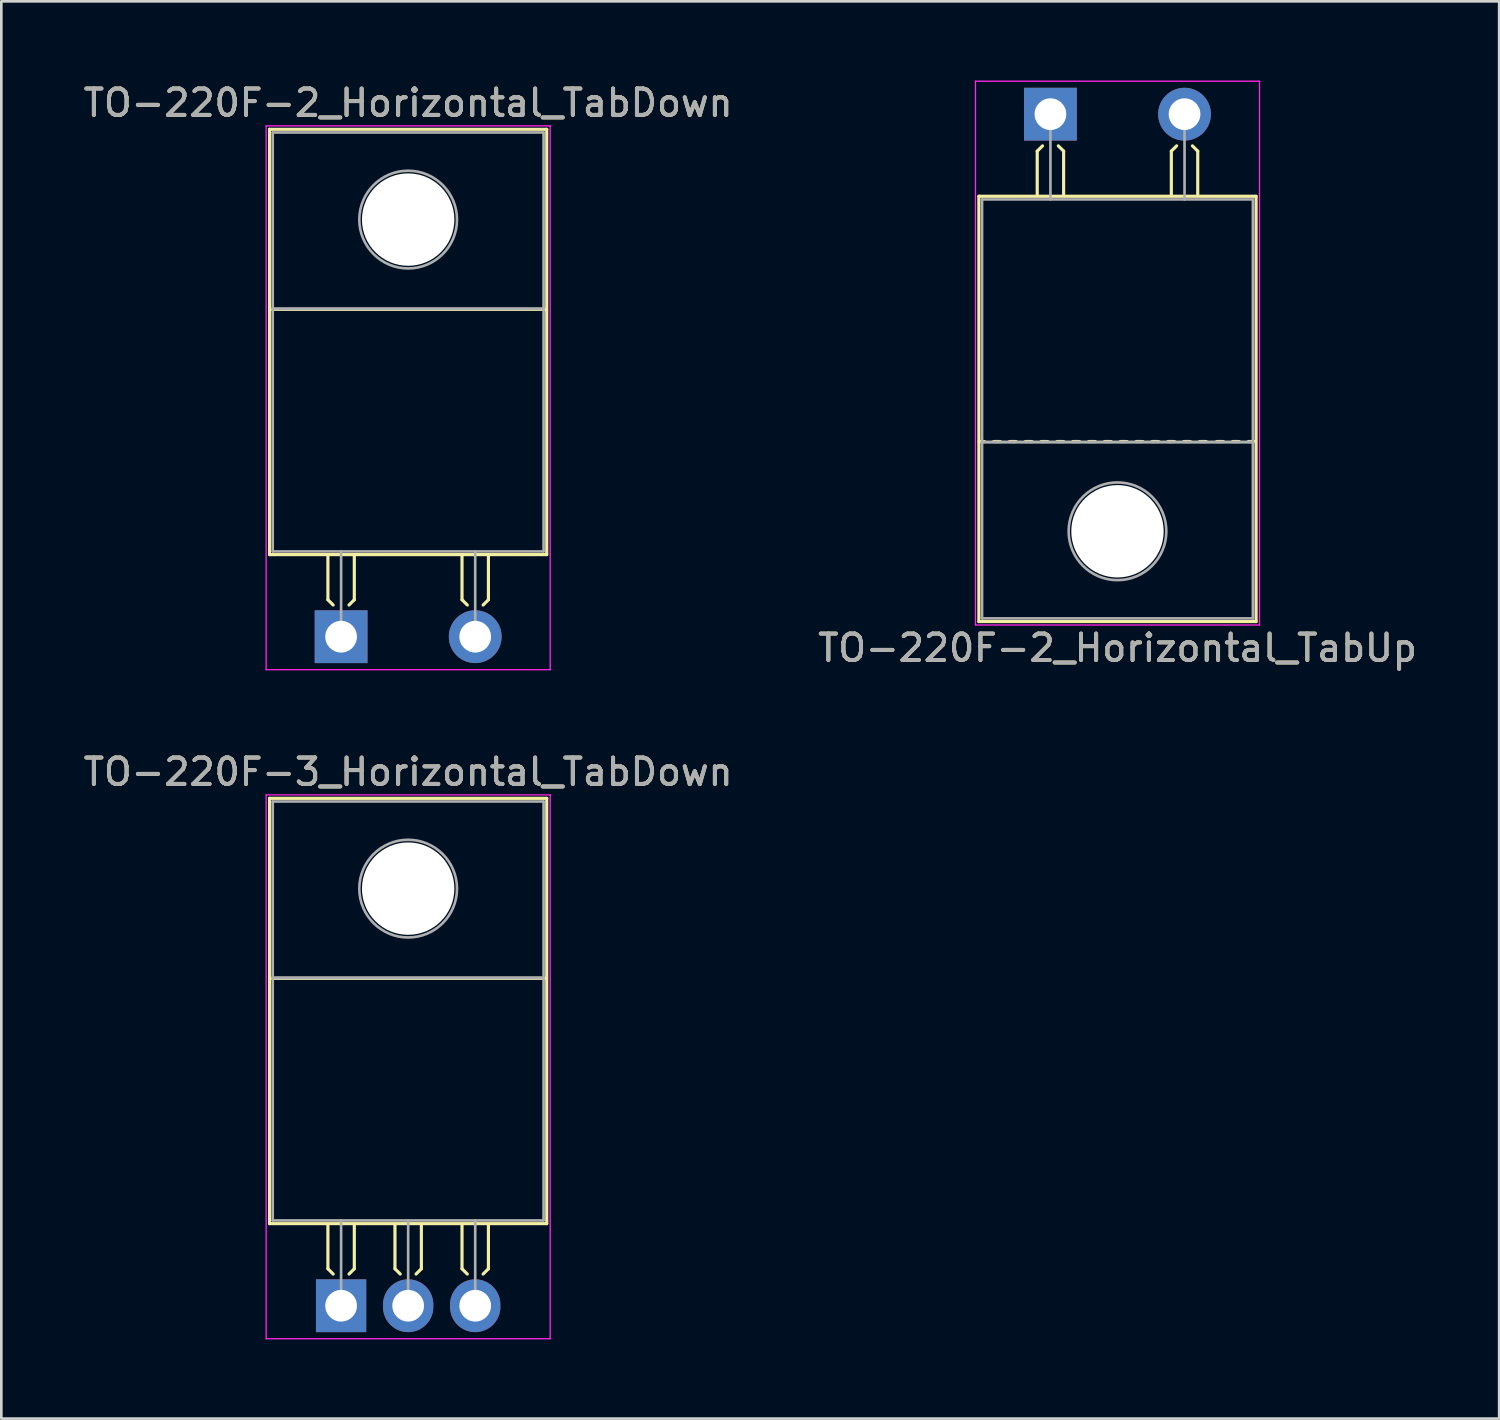
<source format=kicad_pcb>
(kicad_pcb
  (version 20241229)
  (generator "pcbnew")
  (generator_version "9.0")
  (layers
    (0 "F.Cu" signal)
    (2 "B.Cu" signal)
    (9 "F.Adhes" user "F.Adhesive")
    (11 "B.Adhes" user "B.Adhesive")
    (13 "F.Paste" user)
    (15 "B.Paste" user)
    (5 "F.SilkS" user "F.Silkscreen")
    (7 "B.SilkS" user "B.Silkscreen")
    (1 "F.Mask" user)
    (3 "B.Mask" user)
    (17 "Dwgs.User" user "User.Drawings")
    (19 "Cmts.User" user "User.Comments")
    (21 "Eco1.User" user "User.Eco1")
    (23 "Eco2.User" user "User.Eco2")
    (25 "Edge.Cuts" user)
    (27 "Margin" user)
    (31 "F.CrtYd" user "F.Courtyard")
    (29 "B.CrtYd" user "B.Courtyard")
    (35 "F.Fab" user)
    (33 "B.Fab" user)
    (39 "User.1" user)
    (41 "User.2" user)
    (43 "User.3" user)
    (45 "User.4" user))
  (footprint "TO-220F-2_Horizontal_TabDown"
    (layer "F.Cu")
    (at 9.871 21.068)
    (property "Reference" "TO-220F-2_Horizontal_TabDown" (at 2.54 -20.22 0) (layer "F.SilkS") (effects (font (size 1 1) (thickness 0.15))))
    (attr through_hole)
    (fp_line (start -2.71 -19.22) (end -2.71 -3.11) (stroke (width 0.12) (type solid)) (layer "F.SilkS"))
    (fp_line (start -2.71 -19.22) (end 7.79 -19.22) (stroke (width 0.12) (type solid)) (layer "F.SilkS"))
    (fp_line (start -2.71 -3.11) (end 7.79 -3.11) (stroke (width 0.12) (type solid)) (layer "F.SilkS"))
    (fp_line (start -2.7 -12.4) (end 7.75 -12.4) (stroke (width 0.12) (type solid)) (layer "F.SilkS"))
    (fp_line (start -0.5 -3.048) (end -0.5 -1.4) (stroke (width 0.12) (type solid)) (layer "F.SilkS"))
    (fp_line (start -0.5 -1.4) (end -0.3 -1.2) (stroke (width 0.12) (type solid)) (layer "F.SilkS"))
    (fp_line (start 0.5 -3.048) (end 0.5 -1.4) (stroke (width 0.12) (type solid)) (layer "F.SilkS"))
    (fp_line (start 0.5 -1.4) (end 0.3 -1.2) (stroke (width 0.12) (type solid)) (layer "F.SilkS"))
    (fp_line (start 4.58 -3.048) (end 4.58 -1.4) (stroke (width 0.12) (type solid)) (layer "F.SilkS"))
    (fp_line (start 4.58 -1.4) (end 4.78 -1.2) (stroke (width 0.12) (type solid)) (layer "F.SilkS"))
    (fp_line (start 5.58 -3.048) (end 5.58 -1.4) (stroke (width 0.12) (type solid)) (layer "F.SilkS"))
    (fp_line (start 5.58 -1.4) (end 5.38 -1.2) (stroke (width 0.12) (type solid)) (layer "F.SilkS"))
    (fp_line (start 7.79 -19.22) (end 7.79 -3.11) (stroke (width 0.12) (type solid)) (layer "F.SilkS"))
    (fp_line (start -2.84 -19.35) (end -2.84 1.25) (stroke (width 0.05) (type solid)) (layer "F.CrtYd"))
    (fp_line (start -2.84 1.25) (end 7.92 1.25) (stroke (width 0.05) (type solid)) (layer "F.CrtYd"))
    (fp_line (start 7.92 -19.35) (end -2.84 -19.35) (stroke (width 0.05) (type solid)) (layer "F.CrtYd"))
    (fp_line (start 7.92 1.25) (end 7.92 -19.35) (stroke (width 0.05) (type solid)) (layer "F.CrtYd"))
    (fp_line (start -2.59 -19.1) (end 7.67 -19.1) (stroke (width 0.1) (type solid)) (layer "F.Fab"))
    (fp_line (start -2.59 -12.42) (end -2.59 -19.1) (stroke (width 0.1) (type solid)) (layer "F.Fab"))
    (fp_line (start -2.59 -12.42) (end 7.67 -12.42) (stroke (width 0.1) (type solid)) (layer "F.Fab"))
    (fp_line (start -2.59 -3.23) (end -2.59 -12.42) (stroke (width 0.1) (type solid)) (layer "F.Fab"))
    (fp_line (start 0 -3.23) (end 0 0) (stroke (width 0.1) (type solid)) (layer "F.Fab"))
    (fp_line (start 5.08 -3.23) (end 5.08 0) (stroke (width 0.1) (type solid)) (layer "F.Fab"))
    (fp_line (start 7.67 -19.1) (end 7.67 -12.42) (stroke (width 0.1) (type solid)) (layer "F.Fab"))
    (fp_line (start 7.67 -12.42) (end -2.59 -12.42) (stroke (width 0.1) (type solid)) (layer "F.Fab"))
    (fp_line (start 7.67 -12.42) (end 7.67 -3.23) (stroke (width 0.1) (type solid)) (layer "F.Fab"))
    (fp_line (start 7.67 -3.23) (end -2.59 -3.23) (stroke (width 0.1) (type solid)) (layer "F.Fab"))
    (fp_circle (center 2.54 -15.8) (end 4.39 -15.8) (stroke (width 0.1) (type solid)) (fill no) (layer "F.Fab"))
    (fp_text user "${REFERENCE}" (at 2.54 -20.22 0) (layer "F.Fab") (effects (font (size 1 1) (thickness 0.15))))
    (pad "" np_thru_hole oval (at 2.54 -15.8) (size 3.5 3.5) (drill 3.5) (layers "*.Cu" "*.Mask"))
    (pad "1" thru_hole rect (at 0 0) (size 2 2) (drill 1.2) (layers "*.Cu" "*.Mask"))
    (pad "2" thru_hole oval (at 5.08 0) (size 2 2) (drill 1.2) (layers "*.Cu" "*.Mask")))
  (footprint "TO-220F-3_Horizontal_TabDown"
    (layer "F.Cu")
    (at 9.871 46.411)
    (property "Reference" "TO-220F-3_Horizontal_TabDown" (at 2.54 -20.22 0) (layer "F.SilkS") (effects (font (size 1 1) (thickness 0.15))))
    (attr through_hole)
    (fp_line (start -2.71 -19.22) (end -2.71 -3.11) (stroke (width 0.12) (type solid)) (layer "F.SilkS"))
    (fp_line (start -2.71 -19.22) (end 7.79 -19.22) (stroke (width 0.12) (type solid)) (layer "F.SilkS"))
    (fp_line (start -2.71 -3.11) (end 7.79 -3.11) (stroke (width 0.12) (type solid)) (layer "F.SilkS"))
    (fp_line (start -2.7 -12.4) (end 7.75 -12.4) (stroke (width 0.12) (type solid)) (layer "F.SilkS"))
    (fp_line (start -0.5 -3.048) (end -0.5 -1.4) (stroke (width 0.12) (type solid)) (layer "F.SilkS"))
    (fp_line (start -0.5 -1.4) (end -0.3 -1.2) (stroke (width 0.12) (type solid)) (layer "F.SilkS"))
    (fp_line (start 0.5 -3.048) (end 0.5 -1.4) (stroke (width 0.12) (type solid)) (layer "F.SilkS"))
    (fp_line (start 0.5 -1.4) (end 0.3 -1.2) (stroke (width 0.12) (type solid)) (layer "F.SilkS"))
    (fp_line (start 2.04 -3.048) (end 2.04 -1.4) (stroke (width 0.12) (type solid)) (layer "F.SilkS"))
    (fp_line (start 2.04 -1.4) (end 2.24 -1.2) (stroke (width 0.12) (type solid)) (layer "F.SilkS"))
    (fp_line (start 3.04 -3.048) (end 3.04 -1.4) (stroke (width 0.12) (type solid)) (layer "F.SilkS"))
    (fp_line (start 3.04 -1.4) (end 2.84 -1.2) (stroke (width 0.12) (type solid)) (layer "F.SilkS"))
    (fp_line (start 4.58 -3.048) (end 4.58 -1.4) (stroke (width 0.12) (type solid)) (layer "F.SilkS"))
    (fp_line (start 4.58 -1.4) (end 4.78 -1.2) (stroke (width 0.12) (type solid)) (layer "F.SilkS"))
    (fp_line (start 5.58 -3.048) (end 5.58 -1.4) (stroke (width 0.12) (type solid)) (layer "F.SilkS"))
    (fp_line (start 5.58 -1.4) (end 5.38 -1.2) (stroke (width 0.12) (type solid)) (layer "F.SilkS"))
    (fp_line (start 7.79 -19.22) (end 7.79 -3.11) (stroke (width 0.12) (type solid)) (layer "F.SilkS"))
    (fp_line (start -2.84 -19.35) (end -2.84 1.25) (stroke (width 0.05) (type solid)) (layer "F.CrtYd"))
    (fp_line (start -2.84 1.25) (end 7.92 1.25) (stroke (width 0.05) (type solid)) (layer "F.CrtYd"))
    (fp_line (start 7.92 -19.35) (end -2.84 -19.35) (stroke (width 0.05) (type solid)) (layer "F.CrtYd"))
    (fp_line (start 7.92 1.25) (end 7.92 -19.35) (stroke (width 0.05) (type solid)) (layer "F.CrtYd"))
    (fp_line (start -2.59 -19.1) (end 7.67 -19.1) (stroke (width 0.1) (type solid)) (layer "F.Fab"))
    (fp_line (start -2.59 -12.42) (end -2.59 -19.1) (stroke (width 0.1) (type solid)) (layer "F.Fab"))
    (fp_line (start -2.59 -12.42) (end 7.67 -12.42) (stroke (width 0.1) (type solid)) (layer "F.Fab"))
    (fp_line (start -2.59 -3.23) (end -2.59 -12.42) (stroke (width 0.1) (type solid)) (layer "F.Fab"))
    (fp_line (start 0 -3.23) (end 0 0) (stroke (width 0.1) (type solid)) (layer "F.Fab"))
    (fp_line (start 2.54 -3.23) (end 2.54 0) (stroke (width 0.1) (type solid)) (layer "F.Fab"))
    (fp_line (start 5.08 -3.23) (end 5.08 0) (stroke (width 0.1) (type solid)) (layer "F.Fab"))
    (fp_line (start 7.67 -19.1) (end 7.67 -12.42) (stroke (width 0.1) (type solid)) (layer "F.Fab"))
    (fp_line (start 7.67 -12.42) (end -2.59 -12.42) (stroke (width 0.1) (type solid)) (layer "F.Fab"))
    (fp_line (start 7.67 -12.42) (end 7.67 -3.23) (stroke (width 0.1) (type solid)) (layer "F.Fab"))
    (fp_line (start 7.67 -3.23) (end -2.59 -3.23) (stroke (width 0.1) (type solid)) (layer "F.Fab"))
    (fp_circle (center 2.54 -15.8) (end 4.39 -15.8) (stroke (width 0.1) (type solid)) (fill no) (layer "F.Fab"))
    (fp_text user "${REFERENCE}" (at 2.54 -20.22 0) (layer "F.Fab") (effects (font (size 1 1) (thickness 0.15))))
    (pad "" np_thru_hole oval (at 2.54 -15.8) (size 3.5 3.5) (drill 3.5) (layers "*.Cu" "*.Mask"))
    (pad "1" thru_hole rect (at 0 0) (size 1.905 2) (drill 1.2) (layers "*.Cu" "*.Mask"))
    (pad "2" thru_hole oval (at 2.54 0) (size 1.905 2) (drill 1.2) (layers "*.Cu" "*.Mask"))
    (pad "3" thru_hole oval (at 5.08 0) (size 1.905 2) (drill 1.2) (layers "*.Cu" "*.Mask")))
  (footprint "TO-220F-2_Horizontal_TabUp"
    (layer "F.Cu")
    (at 36.74 1.275)
    (property "Reference" "TO-220F-2_Horizontal_TabUp" (at 2.54 20.22 0) (layer "F.SilkS") (effects (font (size 1 1) (thickness 0.15))))
    (attr through_hole)
    (fp_line (start -2.71 19.22) (end -2.71 3.11) (stroke (width 0.12) (type solid)) (layer "F.SilkS"))
    (fp_line (start -2.5 12.4) (end -2.7 12.4) (stroke (width 0.12) (type solid)) (layer "F.SilkS"))
    (fp_line (start -1.9 12.4) (end -2.15 12.4) (stroke (width 0.12) (type solid)) (layer "F.SilkS"))
    (fp_line (start -1.3 12.4) (end -1.55 12.4) (stroke (width 0.12) (type solid)) (layer "F.SilkS"))
    (fp_line (start -0.7 12.4) (end -0.95 12.4) (stroke (width 0.12) (type solid)) (layer "F.SilkS"))
    (fp_line (start -0.5 1.4) (end -0.3 1.2) (stroke (width 0.12) (type solid)) (layer "F.SilkS"))
    (fp_line (start -0.5 3.048) (end -0.5 1.4) (stroke (width 0.12) (type solid)) (layer "F.SilkS"))
    (fp_line (start -0.1 12.4) (end -0.35 12.4) (stroke (width 0.12) (type solid)) (layer "F.SilkS"))
    (fp_line (start 0.5 1.4) (end 0.3 1.2) (stroke (width 0.12) (type solid)) (layer "F.SilkS"))
    (fp_line (start 0.5 3.048) (end 0.5 1.4) (stroke (width 0.12) (type solid)) (layer "F.SilkS"))
    (fp_line (start 0.5 12.4) (end 0.25 12.4) (stroke (width 0.12) (type solid)) (layer "F.SilkS"))
    (fp_line (start 1.1 12.4) (end 0.85 12.4) (stroke (width 0.12) (type solid)) (layer "F.SilkS"))
    (fp_line (start 1.7 12.4) (end 1.45 12.4) (stroke (width 0.12) (type solid)) (layer "F.SilkS"))
    (fp_line (start 2.3 12.4) (end 2.05 12.4) (stroke (width 0.12) (type solid)) (layer "F.SilkS"))
    (fp_line (start 2.9 12.4) (end 2.65 12.4) (stroke (width 0.12) (type solid)) (layer "F.SilkS"))
    (fp_line (start 3.5 12.4) (end 3.25 12.4) (stroke (width 0.12) (type solid)) (layer "F.SilkS"))
    (fp_line (start 4.1 12.4) (end 3.85 12.4) (stroke (width 0.12) (type solid)) (layer "F.SilkS"))
    (fp_line (start 4.58 1.4) (end 4.78 1.2) (stroke (width 0.12) (type solid)) (layer "F.SilkS"))
    (fp_line (start 4.58 3.048) (end 4.58 1.4) (stroke (width 0.12) (type solid)) (layer "F.SilkS"))
    (fp_line (start 4.7 12.4) (end 4.45 12.4) (stroke (width 0.12) (type solid)) (layer "F.SilkS"))
    (fp_line (start 5.3 12.4) (end 5.05 12.4) (stroke (width 0.12) (type solid)) (layer "F.SilkS"))
    (fp_line (start 5.58 1.4) (end 5.38 1.2) (stroke (width 0.12) (type solid)) (layer "F.SilkS"))
    (fp_line (start 5.58 3.048) (end 5.58 1.4) (stroke (width 0.12) (type solid)) (layer "F.SilkS"))
    (fp_line (start 5.9 12.4) (end 5.65 12.4) (stroke (width 0.12) (type solid)) (layer "F.SilkS"))
    (fp_line (start 6.55 12.4) (end 6.3 12.4) (stroke (width 0.12) (type solid)) (layer "F.SilkS"))
    (fp_line (start 7.15 12.4) (end 6.9 12.4) (stroke (width 0.12) (type solid)) (layer "F.SilkS"))
    (fp_line (start 7.75 12.4) (end 7.5 12.4) (stroke (width 0.12) (type solid)) (layer "F.SilkS"))
    (fp_line (start 7.79 3.11) (end -2.71 3.11) (stroke (width 0.12) (type solid)) (layer "F.SilkS"))
    (fp_line (start 7.79 19.22) (end -2.71 19.22) (stroke (width 0.12) (type solid)) (layer "F.SilkS"))
    (fp_line (start 7.79 19.22) (end 7.79 3.11) (stroke (width 0.12) (type solid)) (layer "F.SilkS"))
    (fp_line (start -2.84 -1.25) (end -2.84 19.35) (stroke (width 0.05) (type solid)) (layer "F.CrtYd"))
    (fp_line (start -2.84 19.35) (end 7.92 19.35) (stroke (width 0.05) (type solid)) (layer "F.CrtYd"))
    (fp_line (start 7.92 -1.25) (end -2.84 -1.25) (stroke (width 0.05) (type solid)) (layer "F.CrtYd"))
    (fp_line (start 7.92 19.35) (end 7.92 -1.25) (stroke (width 0.05) (type solid)) (layer "F.CrtYd"))
    (fp_line (start -2.59 3.23) (end -2.59 12.42) (stroke (width 0.1) (type solid)) (layer "F.Fab"))
    (fp_line (start -2.59 12.42) (end -2.59 19.1) (stroke (width 0.1) (type solid)) (layer "F.Fab"))
    (fp_line (start -2.59 12.42) (end 7.67 12.42) (stroke (width 0.1) (type solid)) (layer "F.Fab"))
    (fp_line (start -2.59 19.1) (end 7.67 19.1) (stroke (width 0.1) (type solid)) (layer "F.Fab"))
    (fp_line (start 0 3.23) (end 0 0) (stroke (width 0.1) (type solid)) (layer "F.Fab"))
    (fp_line (start 5.08 3.23) (end 5.08 0) (stroke (width 0.1) (type solid)) (layer "F.Fab"))
    (fp_line (start 7.67 3.23) (end -2.59 3.23) (stroke (width 0.1) (type solid)) (layer "F.Fab"))
    (fp_line (start 7.67 12.42) (end -2.59 12.42) (stroke (width 0.1) (type solid)) (layer "F.Fab"))
    (fp_line (start 7.67 12.42) (end 7.67 3.23) (stroke (width 0.1) (type solid)) (layer "F.Fab"))
    (fp_line (start 7.67 19.1) (end 7.67 12.42) (stroke (width 0.1) (type solid)) (layer "F.Fab"))
    (fp_circle (center 2.54 15.8) (end 4.39 15.8) (stroke (width 0.1) (type solid)) (fill no) (layer "F.Fab"))
    (fp_text user "${REFERENCE}" (at 2.54 20.22 0) (layer "F.Fab") (effects (font (size 1 1) (thickness 0.15))))
    (pad "" np_thru_hole oval (at 2.54 15.8) (size 3.5 3.5) (drill 3.5) (layers "*.Cu" "*.Mask"))
    (pad "1" thru_hole rect (at 0 0) (size 2 2) (drill 1.2) (layers "*.Cu" "*.Mask"))
    (pad "2" thru_hole oval (at 5.08 0) (size 2 2) (drill 1.2) (layers "*.Cu" "*.Mask")))
  (gr_rect
    (start -3 -3)
    (end 53.738 50.687)
    (stroke (width 0.1) (type default))
    (fill no)
    (layer "Edge.Cuts")))
</source>
